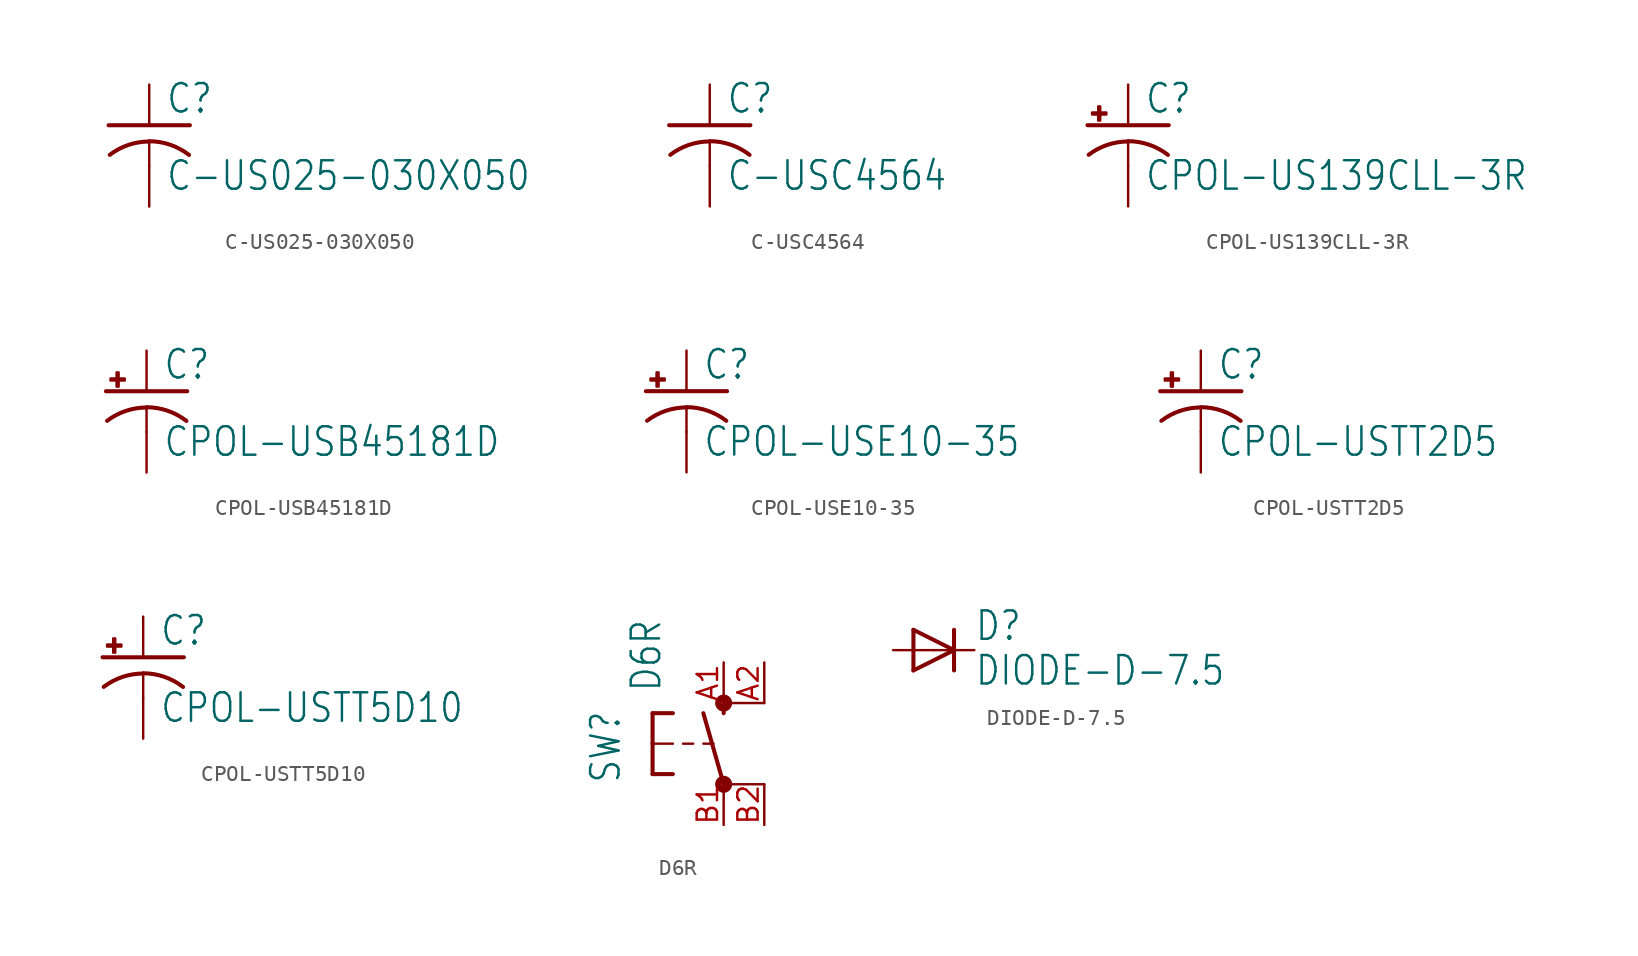
<source format=kicad_sym>
(kicad_symbol_lib
  (version 20211014)
  (generator kicad_symbol_editor)
  (symbol "C-US025-030X050"
    (property "Reference" "C"
      (at 1.016 0.635 0)
      (effects (font (size 1.778 1.511)) (justify left bottom)))
    (property "Value" "C-US025-030X050"
      (at 1.016 -4.191 0)
      (effects (font (size 1.778 1.511)) (justify left bottom)))
    (property "ki_locked" ""
      (at 0 0 0)
      (effects (font (size 1.27 1.27))))
    (symbol "C-US025-030X050_1_0"
      (arc (start 0 -1.0161) (mid -1.302 -1.2303) (end -2.4668 -1.8504) (stroke (width 0.254) (type default) (color 0 0 0 0)) (fill (type none)))
      (polyline (pts (xy -2.54 0) (xy 2.54 0)) (stroke (width 0.254) (type default) (color 0 0 0 0)) (fill (type none)))
      (polyline (pts (xy 0 -1.016) (xy 0 -2.54)) (stroke (width 0.152) (type default) (color 0 0 0 0)) (fill (type none)))
      (arc (start 2.4892 -1.8542) (mid 1.3158 -1.2195) (end 0 -1) (stroke (width 0.254) (type default) (color 0 0 0 0)) (fill (type none)))
      (pin passive line (at 0 2.54 270) (length 2.54) (name "1" (effects (font (size 0 0)))) (number "1" (effects (font (size 0 0)))))
      (pin passive line (at 0 -5.08 90) (length 2.54) (name "2" (effects (font (size 0 0)))) (number "2" (effects (font (size 0 0)))))))
  (symbol "C-USC4564"
    (property "Reference" "C"
      (at 1.016 0.635 0)
      (effects (font (size 1.778 1.511)) (justify left bottom)))
    (property "Value" "C-USC4564"
      (at 1.016 -4.191 0)
      (effects (font (size 1.778 1.511)) (justify left bottom)))
    (property "ki_locked" ""
      (at 0 0 0)
      (effects (font (size 1.27 1.27))))
    (symbol "C-USC4564_1_0"
      (arc (start 0 -1.0161) (mid -1.302 -1.2303) (end -2.4668 -1.8504) (stroke (width 0.254) (type default) (color 0 0 0 0)) (fill (type none)))
      (polyline (pts (xy -2.54 0) (xy 2.54 0)) (stroke (width 0.254) (type default) (color 0 0 0 0)) (fill (type none)))
      (polyline (pts (xy 0 -1.016) (xy 0 -2.54)) (stroke (width 0.152) (type default) (color 0 0 0 0)) (fill (type none)))
      (arc (start 2.4892 -1.8542) (mid 1.3158 -1.2195) (end 0 -1) (stroke (width 0.254) (type default) (color 0 0 0 0)) (fill (type none)))
      (pin passive line (at 0 2.54 270) (length 2.54) (name "1" (effects (font (size 0 0)))) (number "1" (effects (font (size 0 0)))))
      (pin passive line (at 0 -5.08 90) (length 2.54) (name "2" (effects (font (size 0 0)))) (number "2" (effects (font (size 0 0)))))))
  (symbol "CPOL-US139CLL-3R"
    (property "Reference" "C"
      (at 1.016 0.635 0)
      (effects (font (size 1.778 1.511)) (justify left bottom)))
    (property "Value" "CPOL-US139CLL-3R"
      (at 1.016 -4.191 0)
      (effects (font (size 1.778 1.511)) (justify left bottom)))
    (property "ki_locked" ""
      (at 0 0 0)
      (effects (font (size 1.27 1.27))))
    (symbol "CPOL-US139CLL-3R_1_0"
      (rectangle (start -2.253 0.668) (end -1.364 0.795) (stroke (width 0) (type default) (color 0 0 0 0)) (fill (type outline)))
      (rectangle (start -1.872 0.287) (end -1.745 1.176) (stroke (width 0) (type default) (color 0 0 0 0)) (fill (type outline)))
      (arc (start 0 -1.0161) (mid -1.3021 -1.2302) (end -2.4669 -1.8504) (stroke (width 0.254) (type default) (color 0 0 0 0)) (fill (type none)))
      (polyline (pts (xy -2.54 0) (xy 2.54 0)) (stroke (width 0.254) (type default) (color 0 0 0 0)) (fill (type none)))
      (polyline (pts (xy 0 -1.016) (xy 0 -2.54)) (stroke (width 0.152) (type default) (color 0 0 0 0)) (fill (type none)))
      (arc (start 2.4892 -1.8542) (mid 1.3158 -1.2195) (end 0 -1) (stroke (width 0.254) (type default) (color 0 0 0 0)) (fill (type none)))
      (pin passive line (at 0 2.54 270) (length 2.54) (name "+" (effects (font (size 0 0)))) (number "+" (effects (font (size 0 0)))))
      (pin passive line (at 0 -5.08 90) (length 2.54) (name "-" (effects (font (size 0 0)))) (number "-" (effects (font (size 0 0)))))))
  (symbol "CPOL-USB45181D"
    (property "Reference" "C"
      (at 1.016 0.635 0)
      (effects (font (size 1.778 1.511)) (justify left bottom)))
    (property "Value" "CPOL-USB45181D"
      (at 1.016 -4.191 0)
      (effects (font (size 1.778 1.511)) (justify left bottom)))
    (property "ki_locked" ""
      (at 0 0 0)
      (effects (font (size 1.27 1.27))))
    (symbol "CPOL-USB45181D_1_0"
      (rectangle (start -2.253 0.668) (end -1.364 0.795) (stroke (width 0) (type default) (color 0 0 0 0)) (fill (type outline)))
      (rectangle (start -1.872 0.287) (end -1.745 1.176) (stroke (width 0) (type default) (color 0 0 0 0)) (fill (type outline)))
      (arc (start 0 -1.0161) (mid -1.3021 -1.2302) (end -2.4669 -1.8504) (stroke (width 0.254) (type default) (color 0 0 0 0)) (fill (type none)))
      (polyline (pts (xy -2.54 0) (xy 2.54 0)) (stroke (width 0.254) (type default) (color 0 0 0 0)) (fill (type none)))
      (polyline (pts (xy 0 -1.016) (xy 0 -2.54)) (stroke (width 0.152) (type default) (color 0 0 0 0)) (fill (type none)))
      (arc (start 2.4892 -1.8542) (mid 1.3158 -1.2195) (end 0 -1) (stroke (width 0.254) (type default) (color 0 0 0 0)) (fill (type none)))
      (pin passive line (at 0 2.54 270) (length 2.54) (name "+" (effects (font (size 0 0)))) (number "+" (effects (font (size 0 0)))))
      (pin passive line (at 0 -5.08 90) (length 2.54) (name "-" (effects (font (size 0 0)))) (number "-" (effects (font (size 0 0)))))))
  (symbol "CPOL-USE10-35"
    (property "Reference" "C"
      (at 1.016 0.635 0)
      (effects (font (size 1.778 1.511)) (justify left bottom)))
    (property "Value" "CPOL-USE10-35"
      (at 1.016 -4.191 0)
      (effects (font (size 1.778 1.511)) (justify left bottom)))
    (property "ki_locked" ""
      (at 0 0 0)
      (effects (font (size 1.27 1.27))))
    (symbol "CPOL-USE10-35_1_0"
      (rectangle (start -2.253 0.668) (end -1.364 0.795) (stroke (width 0) (type default) (color 0 0 0 0)) (fill (type outline)))
      (rectangle (start -1.872 0.287) (end -1.745 1.176) (stroke (width 0) (type default) (color 0 0 0 0)) (fill (type outline)))
      (arc (start 0 -1.0161) (mid -1.3021 -1.2302) (end -2.4669 -1.8504) (stroke (width 0.254) (type default) (color 0 0 0 0)) (fill (type none)))
      (polyline (pts (xy -2.54 0) (xy 2.54 0)) (stroke (width 0.254) (type default) (color 0 0 0 0)) (fill (type none)))
      (polyline (pts (xy 0 -1.016) (xy 0 -2.54)) (stroke (width 0.152) (type default) (color 0 0 0 0)) (fill (type none)))
      (arc (start 2.4892 -1.8542) (mid 1.3158 -1.2195) (end 0 -1) (stroke (width 0.254) (type default) (color 0 0 0 0)) (fill (type none)))
      (pin passive line (at 0 2.54 270) (length 2.54) (name "+" (effects (font (size 0 0)))) (number "+" (effects (font (size 0 0)))))
      (pin passive line (at 0 -5.08 90) (length 2.54) (name "-" (effects (font (size 0 0)))) (number "-" (effects (font (size 0 0)))))))
  (symbol "CPOL-USTT2D5"
    (property "Reference" "C"
      (at 1.016 0.635 0)
      (effects (font (size 1.778 1.511)) (justify left bottom)))
    (property "Value" "CPOL-USTT2D5"
      (at 1.016 -4.191 0)
      (effects (font (size 1.778 1.511)) (justify left bottom)))
    (property "ki_locked" ""
      (at 0 0 0)
      (effects (font (size 1.27 1.27))))
    (symbol "CPOL-USTT2D5_1_0"
      (rectangle (start -2.253 0.668) (end -1.364 0.795) (stroke (width 0) (type default) (color 0 0 0 0)) (fill (type outline)))
      (rectangle (start -1.872 0.287) (end -1.745 1.176) (stroke (width 0) (type default) (color 0 0 0 0)) (fill (type outline)))
      (arc (start 0 -1.0161) (mid -1.3021 -1.2302) (end -2.4669 -1.8504) (stroke (width 0.254) (type default) (color 0 0 0 0)) (fill (type none)))
      (polyline (pts (xy -2.54 0) (xy 2.54 0)) (stroke (width 0.254) (type default) (color 0 0 0 0)) (fill (type none)))
      (polyline (pts (xy 0 -1.016) (xy 0 -2.54)) (stroke (width 0.152) (type default) (color 0 0 0 0)) (fill (type none)))
      (arc (start 2.4892 -1.8542) (mid 1.3158 -1.2195) (end 0 -1) (stroke (width 0.254) (type default) (color 0 0 0 0)) (fill (type none)))
      (pin passive line (at 0 2.54 270) (length 2.54) (name "+" (effects (font (size 0 0)))) (number "+" (effects (font (size 0 0)))))
      (pin passive line (at 0 -5.08 90) (length 2.54) (name "-" (effects (font (size 0 0)))) (number "-" (effects (font (size 0 0)))))))
  (symbol "CPOL-USTT5D10"
    (property "Reference" "C"
      (at 1.016 0.635 0)
      (effects (font (size 1.778 1.511)) (justify left bottom)))
    (property "Value" "CPOL-USTT5D10"
      (at 1.016 -4.191 0)
      (effects (font (size 1.778 1.511)) (justify left bottom)))
    (property "ki_locked" ""
      (at 0 0 0)
      (effects (font (size 1.27 1.27))))
    (symbol "CPOL-USTT5D10_1_0"
      (rectangle (start -2.253 0.668) (end -1.364 0.795) (stroke (width 0) (type default) (color 0 0 0 0)) (fill (type outline)))
      (rectangle (start -1.872 0.287) (end -1.745 1.176) (stroke (width 0) (type default) (color 0 0 0 0)) (fill (type outline)))
      (arc (start 0 -1.0161) (mid -1.3021 -1.2302) (end -2.4669 -1.8504) (stroke (width 0.254) (type default) (color 0 0 0 0)) (fill (type none)))
      (polyline (pts (xy -2.54 0) (xy 2.54 0)) (stroke (width 0.254) (type default) (color 0 0 0 0)) (fill (type none)))
      (polyline (pts (xy 0 -1.016) (xy 0 -2.54)) (stroke (width 0.152) (type default) (color 0 0 0 0)) (fill (type none)))
      (arc (start 2.4892 -1.8542) (mid 1.3158 -1.2195) (end 0 -1) (stroke (width 0.254) (type default) (color 0 0 0 0)) (fill (type none)))
      (pin passive line (at 0 2.54 270) (length 2.54) (name "+" (effects (font (size 0 0)))) (number "+" (effects (font (size 0 0)))))
      (pin passive line (at 0 -5.08 90) (length 2.54) (name "-" (effects (font (size 0 0)))) (number "-" (effects (font (size 0 0)))))))
  (symbol "D6R"
    (property "Reference" "SW"
      (at -6.35 -2.54 90)
      (effects (font (size 1.778 1.511)) (justify left bottom)))
    (property "Value" "D6R"
      (at -3.81 3.175 90)
      (effects (font (size 1.778 1.511)) (justify left bottom)))
    (property "ki_locked" ""
      (at 0 0 0)
      (effects (font (size 1.27 1.27))))
    (symbol "D6R_1_0"
      (circle (center 0 -2.54) (radius 0.127) (stroke (width 0.406) (type default) (color 0 0 0 0)) (fill (type none)))
      (polyline (pts (xy -4.445 -1.905) (xy -3.175 -1.905)) (stroke (width 0.254) (type default) (color 0 0 0 0)) (fill (type none)))
      (polyline (pts (xy -4.445 0) (xy -4.445 -1.905)) (stroke (width 0.254) (type default) (color 0 0 0 0)) (fill (type none)))
      (polyline (pts (xy -4.445 0) (xy -3.175 0)) (stroke (width 0.152) (type default) (color 0 0 0 0)) (fill (type none)))
      (polyline (pts (xy -4.445 1.905) (xy -4.445 0)) (stroke (width 0.254) (type default) (color 0 0 0 0)) (fill (type none)))
      (polyline (pts (xy -4.445 1.905) (xy -3.175 1.905)) (stroke (width 0.254) (type default) (color 0 0 0 0)) (fill (type none)))
      (polyline (pts (xy -2.54 0) (xy -1.905 0)) (stroke (width 0.152) (type default) (color 0 0 0 0)) (fill (type none)))
      (polyline (pts (xy -1.27 0) (xy -0.635 0)) (stroke (width 0.152) (type default) (color 0 0 0 0)) (fill (type none)))
      (polyline (pts (xy 0 -2.54) (xy -1.27 1.905)) (stroke (width 0.254) (type default) (color 0 0 0 0)) (fill (type none)))
      (polyline (pts (xy 0 1.905) (xy 0 2.54)) (stroke (width 0.254) (type default) (color 0 0 0 0)) (fill (type none)))
      (polyline (pts (xy 2.54 -2.54) (xy 0 -2.54)) (stroke (width 0.152) (type default) (color 0 0 0 0)) (fill (type none)))
      (polyline (pts (xy 2.54 2.54) (xy 0 2.54)) (stroke (width 0.152) (type default) (color 0 0 0 0)) (fill (type none)))
      (circle (center 0 2.54) (radius 0.127) (stroke (width 0.406) (type default) (color 0 0 0 0)) (fill (type none)))
      (pin passive line (at 0 5.08 270) (length 2.54) (name "S" (effects (font (size 0 0)))) (number "A1" (effects (font (size 1.27 1.27)))))
      (pin passive line (at 2.54 5.08 270) (length 2.54) (name "S1" (effects (font (size 0 0)))) (number "A2" (effects (font (size 1.27 1.27)))))
      (pin passive line (at 0 -5.08 90) (length 2.54) (name "P" (effects (font (size 0 0)))) (number "B1" (effects (font (size 1.27 1.27)))))
      (pin passive line (at 2.54 -5.08 90) (length 2.54) (name "P1" (effects (font (size 0 0)))) (number "B2" (effects (font (size 1.27 1.27)))))))
  (symbol "DIODE-D-7.5"
    (property "Reference" "D"
      (at 2.54 0.483 0)
      (effects (font (size 1.778 1.511)) (justify left bottom)))
    (property "Value" "DIODE-D-7.5"
      (at 2.54 -2.311 0)
      (effects (font (size 1.778 1.511)) (justify left bottom)))
    (property "ki_locked" ""
      (at 0 0 0)
      (effects (font (size 1.27 1.27))))
    (symbol "DIODE-D-7.5_1_0"
      (polyline (pts (xy -1.27 -1.27) (xy 1.27 0)) (stroke (width 0.254) (type default) (color 0 0 0 0)) (fill (type none)))
      (polyline (pts (xy -1.27 1.27) (xy -1.27 -1.27)) (stroke (width 0.254) (type default) (color 0 0 0 0)) (fill (type none)))
      (polyline (pts (xy 1.27 0) (xy -1.27 1.27)) (stroke (width 0.254) (type default) (color 0 0 0 0)) (fill (type none)))
      (polyline (pts (xy 1.27 0) (xy 1.27 -1.27)) (stroke (width 0.254) (type default) (color 0 0 0 0)) (fill (type none)))
      (polyline (pts (xy 1.27 1.27) (xy 1.27 0)) (stroke (width 0.254) (type default) (color 0 0 0 0)) (fill (type none)))
      (pin passive line (at -2.54 0 0) (length 2.54) (name "A" (effects (font (size 0 0)))) (number "A" (effects (font (size 0 0)))))
      (pin passive line (at 2.54 0 180) (length 2.54) (name "C" (effects (font (size 0 0)))) (number "C" (effects (font (size 0 0))))))))
</source>
